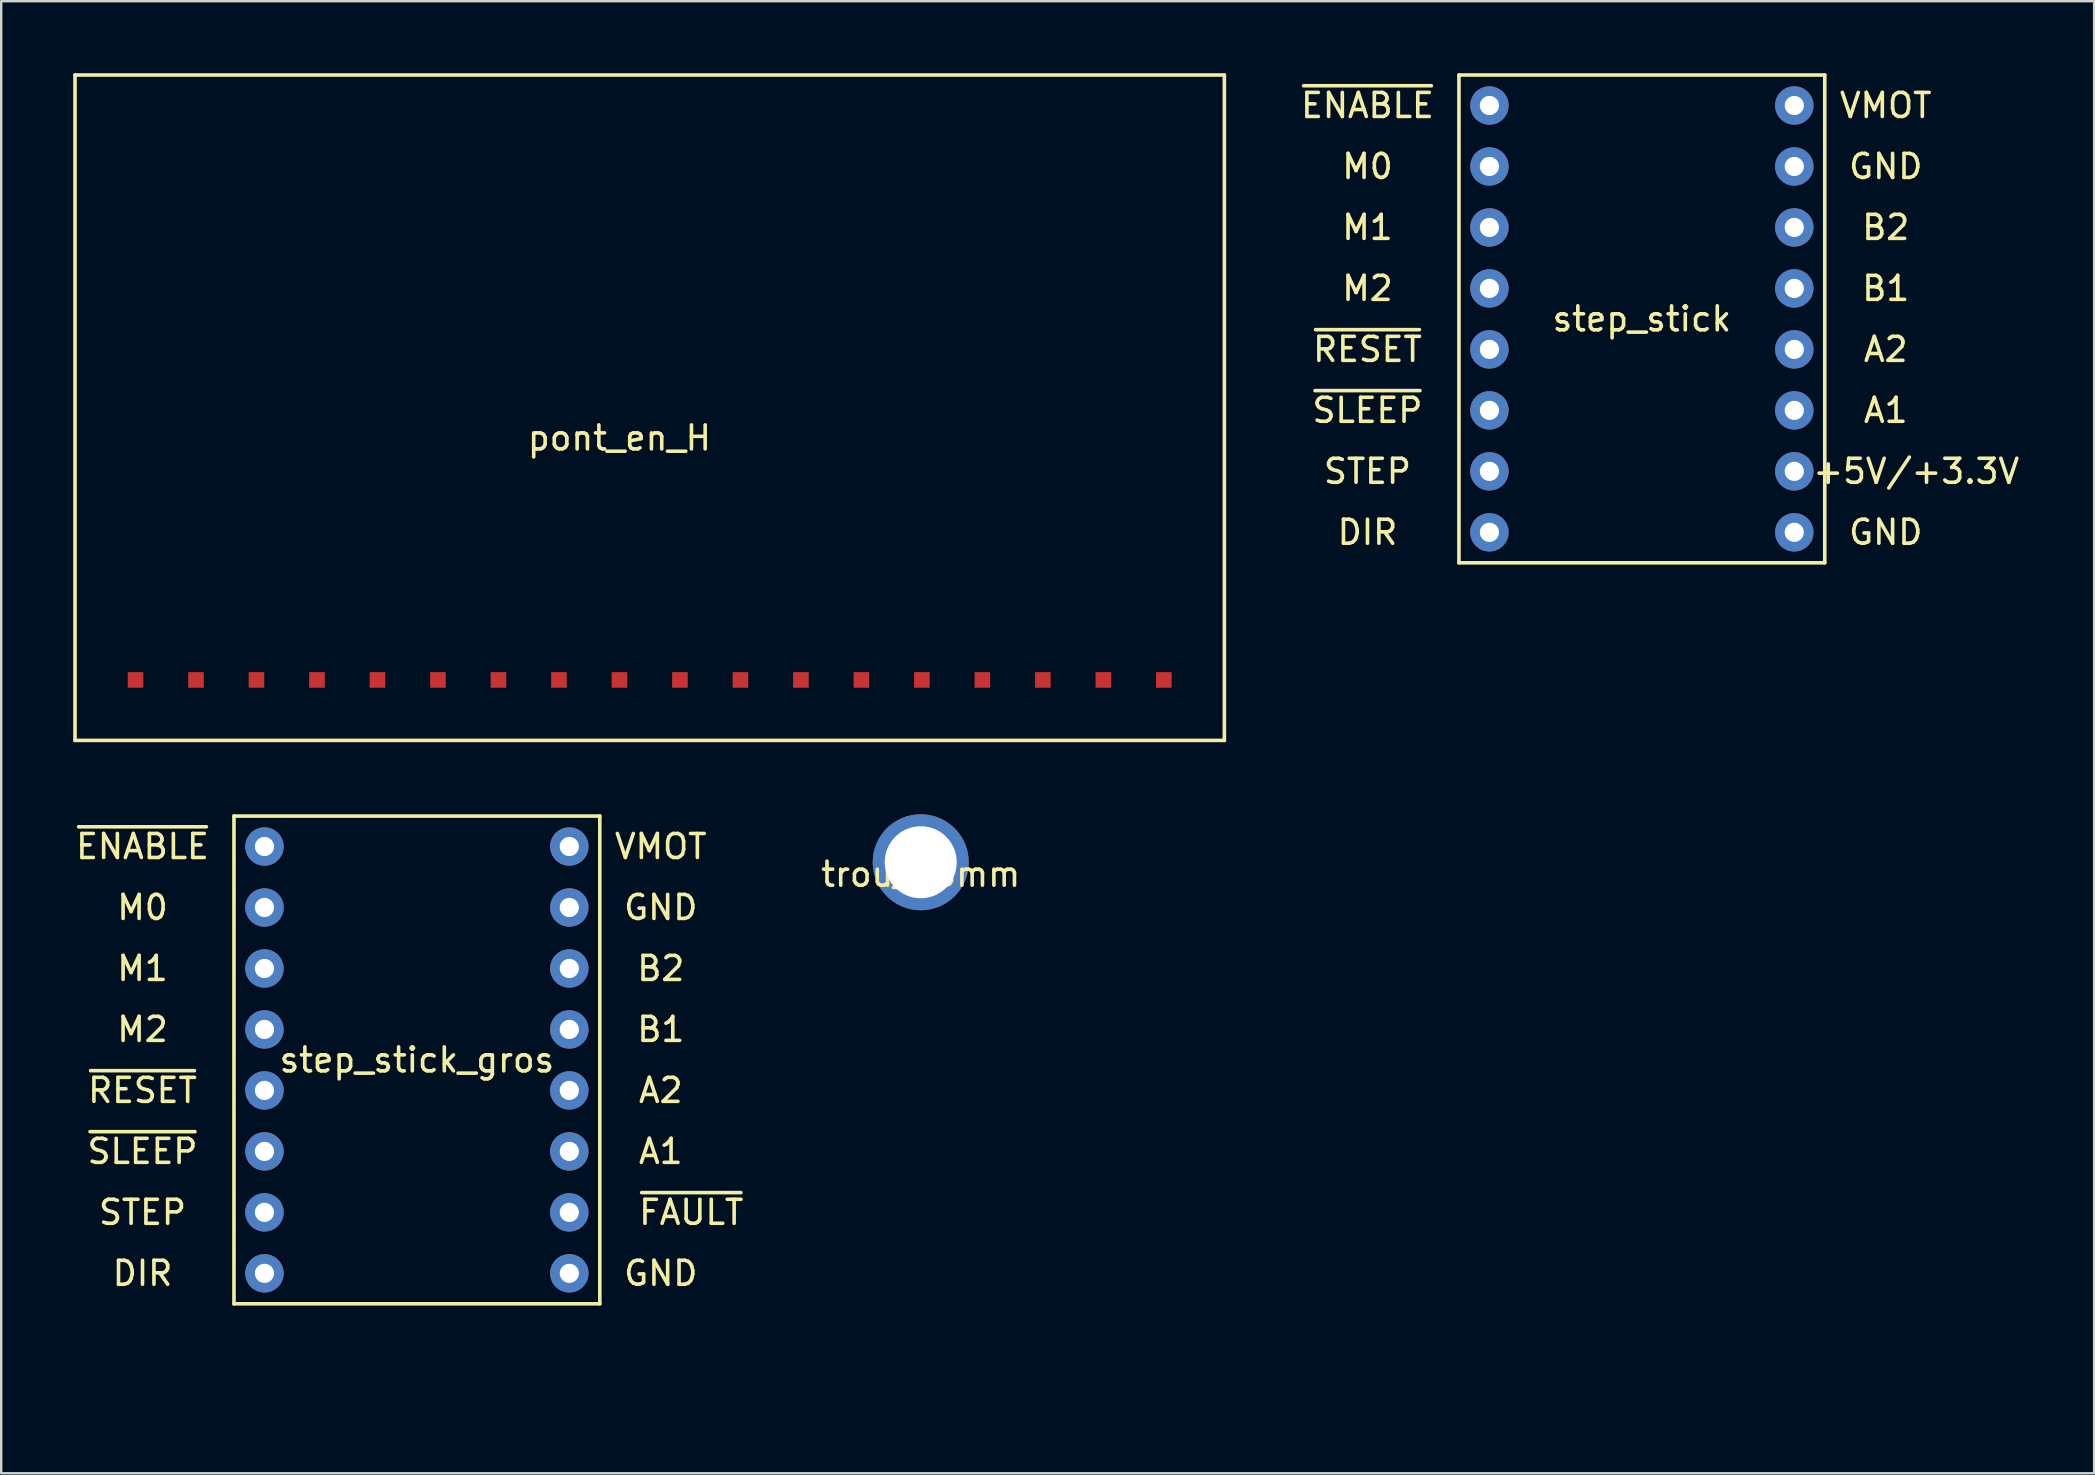
<source format=kicad_pcb>
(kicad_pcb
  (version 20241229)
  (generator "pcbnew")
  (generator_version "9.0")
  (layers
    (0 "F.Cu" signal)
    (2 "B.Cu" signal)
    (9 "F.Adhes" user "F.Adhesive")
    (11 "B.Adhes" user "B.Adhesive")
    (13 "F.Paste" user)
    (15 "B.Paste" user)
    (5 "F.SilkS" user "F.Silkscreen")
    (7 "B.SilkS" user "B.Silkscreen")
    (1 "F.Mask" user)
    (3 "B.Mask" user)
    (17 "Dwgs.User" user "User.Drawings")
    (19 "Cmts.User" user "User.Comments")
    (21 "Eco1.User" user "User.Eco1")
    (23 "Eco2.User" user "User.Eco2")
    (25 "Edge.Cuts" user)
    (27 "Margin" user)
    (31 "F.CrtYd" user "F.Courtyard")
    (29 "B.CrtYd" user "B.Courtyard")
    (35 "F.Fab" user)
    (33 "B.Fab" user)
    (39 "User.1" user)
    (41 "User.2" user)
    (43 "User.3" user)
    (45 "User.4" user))
  (footprint "pont_en_H"
    (layer "F.Cu")
    (at 22.755 12.675)
    (property "Reference" "pont_en_H" (at 0 2.52 0) (layer "F.SilkS") (effects (font (size 1 1) (thickness 0.15))))
    (attr through_hole)
    (fp_line (start -22.68 -12.6) (end -22.68 15.12) (stroke (width 0.15) (type solid)) (layer "F.SilkS"))
    (fp_line (start -22.68 15.12) (end 25.2 15.12) (stroke (width 0.15) (type solid)) (layer "F.SilkS"))
    (fp_line (start 25.2 -12.6) (end -22.68 -12.6) (stroke (width 0.15) (type solid)) (layer "F.SilkS"))
    (fp_line (start 25.2 15.12) (end 25.2 -12.6) (stroke (width 0.15) (type solid)) (layer "F.SilkS"))
    (pad "19" connect rect (at -20.16 12.6) (size 0.65 0.65) (layers "F.Cu" "F.Mask"))
    (pad "20" connect rect (at -17.64 12.6) (size 0.65 0.65) (layers "F.Cu" "F.Mask"))
    (pad "21" connect rect (at -15.12 12.6) (size 0.65 0.65) (layers "F.Cu" "F.Mask"))
    (pad "22" connect rect (at -12.6 12.6) (size 0.65 0.65) (layers "F.Cu" "F.Mask"))
    (pad "23" connect rect (at -10.08 12.6) (size 0.65 0.65) (layers "F.Cu" "F.Mask"))
    (pad "24" connect rect (at -7.56 12.6) (size 0.65 0.65) (layers "F.Cu" "F.Mask"))
    (pad "25" connect rect (at -5.04 12.6) (size 0.65 0.65) (layers "F.Cu" "F.Mask"))
    (pad "26" connect rect (at -2.52 12.6) (size 0.65 0.65) (layers "F.Cu" "F.Mask"))
    (pad "27" connect rect (at 0 12.6) (size 0.65 0.65) (layers "F.Cu" "F.Mask"))
    (pad "28" connect rect (at 2.52 12.6) (size 0.65 0.65) (layers "F.Cu" "F.Mask"))
    (pad "29" connect rect (at 5.04 12.6) (size 0.65 0.65) (layers "F.Cu" "F.Mask"))
    (pad "30" connect rect (at 7.56 12.6) (size 0.65 0.65) (layers "F.Cu" "F.Mask"))
    (pad "31" connect rect (at 10.08 12.6) (size 0.65 0.65) (layers "F.Cu" "F.Mask"))
    (pad "32" connect rect (at 12.6 12.6) (size 0.65 0.65) (layers "F.Cu" "F.Mask"))
    (pad "33" connect rect (at 15.12 12.6) (size 0.65 0.65) (layers "F.Cu" "F.Mask"))
    (pad "34" connect rect (at 17.64 12.6) (size 0.65 0.65) (layers "F.Cu" "F.Mask"))
    (pad "35" connect rect (at 20.16 12.6) (size 0.65 0.65) (layers "F.Cu" "F.Mask"))
    (pad "36" connect rect (at 22.68 12.6) (size 0.65 0.65) (layers "F.Cu" "F.Mask")))
  (footprint "step_stick"
    (layer "F.Cu")
    (at 57.727 24.205)
    (property "Reference" "step_stick" (at 7.62 -13.97 0) (layer "F.SilkS") (effects (font (size 1 1) (thickness 0.15))))
    (attr through_hole)
    (fp_line (start 0 -24.13) (end 15.24 -24.13) (stroke (width 0.15) (type solid)) (layer "F.SilkS"))
    (fp_line (start 0 -3.81) (end 0 -24.13) (stroke (width 0.15) (type solid)) (layer "F.SilkS"))
    (fp_line (start 15.24 -24.13) (end 15.24 -3.81) (stroke (width 0.15) (type solid)) (layer "F.SilkS"))
    (fp_line (start 15.24 -3.81) (end 0 -3.81) (stroke (width 0.15) (type solid)) (layer "F.SilkS"))
    (fp_text user "M1" (at -3.81 -17.78 0) (layer "F.SilkS") (effects (font (size 1 1) (thickness 0.15))))
    (fp_text user "GND" (at 17.78 -20.32 0) (layer "F.SilkS") (effects (font (size 1 1) (thickness 0.15))))
    (fp_text user "STEP" (at -3.81 -7.62 0) (layer "F.SilkS") (effects (font (size 1 1) (thickness 0.15))))
    (fp_text user "GND" (at 17.78 -5.08 0) (layer "F.SilkS") (effects (font (size 1 1) (thickness 0.15))))
    (fp_text user "~{RESET}" (at -3.81 -12.7 0) (layer "F.SilkS") (effects (font (size 1 1) (thickness 0.15))))
    (fp_text user "VMOT" (at 17.78 -22.86 0) (layer "F.SilkS") (effects (font (size 1 1) (thickness 0.15))))
    (fp_text user "M0" (at -3.81 -20.32 0) (layer "F.SilkS") (effects (font (size 1 1) (thickness 0.15))))
    (fp_text user "A2" (at 17.78 -12.7 0) (layer "F.SilkS") (effects (font (size 1 1) (thickness 0.15))))
    (fp_text user "B2" (at 17.78 -17.78 0) (layer "F.SilkS") (effects (font (size 1 1) (thickness 0.15))))
    (fp_text user "M2" (at -3.81 -15.24 0) (layer "F.SilkS") (effects (font (size 1 1) (thickness 0.15))))
    (fp_text user "~{SLEEP}" (at -3.81 -10.16 0) (layer "F.SilkS") (effects (font (size 1 1) (thickness 0.15))))
    (fp_text user "A1" (at 17.78 -10.16 0) (layer "F.SilkS") (effects (font (size 1 1) (thickness 0.15))))
    (fp_text user "+5V/+3.3V" (at 19.05 -7.62 0) (layer "F.SilkS") (effects (font (size 1 1) (thickness 0.15))))
    (fp_text user "DIR" (at -3.81 -5.08 0) (layer "F.SilkS") (effects (font (size 1 1) (thickness 0.15))))
    (fp_text user "~{ENABLE}" (at -3.81 -22.86 0) (layer "F.SilkS") (effects (font (size 1 1) (thickness 0.15))))
    (fp_text user "B1" (at 17.78 -15.24 0) (layer "F.SilkS") (effects (font (size 1 1) (thickness 0.15))))
    (pad "1" thru_hole circle (at 1.27 -5.08) (size 1.6 1.6) (drill 0.8) (layers "*.Cu" "*.Mask"))
    (pad "2" thru_hole circle (at 1.27 -7.62) (size 1.6 1.6) (drill 0.8) (layers "*.Cu" "*.Mask"))
    (pad "3" thru_hole circle (at 1.27 -10.16) (size 1.6 1.6) (drill 0.8) (layers "*.Cu" "*.Mask"))
    (pad "4" thru_hole circle (at 1.27 -12.7) (size 1.6 1.6) (drill 0.8) (layers "*.Cu" "*.Mask"))
    (pad "5" thru_hole circle (at 1.27 -15.24) (size 1.6 1.6) (drill 0.8) (layers "*.Cu" "*.Mask"))
    (pad "6" thru_hole circle (at 1.27 -17.78) (size 1.6 1.6) (drill 0.8) (layers "*.Cu" "*.Mask"))
    (pad "7" thru_hole circle (at 1.27 -20.32) (size 1.6 1.6) (drill 0.8) (layers "*.Cu" "*.Mask"))
    (pad "8" thru_hole circle (at 1.27 -22.86) (size 1.6 1.6) (drill 0.8) (layers "*.Cu" "*.Mask"))
    (pad "9" thru_hole circle (at 13.97 -5.08) (size 1.6 1.6) (drill 0.8) (layers "*.Cu" "*.Mask"))
    (pad "10" thru_hole circle (at 13.97 -7.62) (size 1.6 1.6) (drill 0.8) (layers "*.Cu" "*.Mask"))
    (pad "11" thru_hole circle (at 13.97 -10.16) (size 1.6 1.6) (drill 0.8) (layers "*.Cu" "*.Mask"))
    (pad "12" thru_hole circle (at 13.97 -12.7) (size 1.6 1.6) (drill 0.8) (layers "*.Cu" "*.Mask"))
    (pad "13" thru_hole circle (at 13.97 -15.24) (size 1.6 1.6) (drill 0.8) (layers "*.Cu" "*.Mask"))
    (pad "14" thru_hole circle (at 13.97 -17.78) (size 1.6 1.6) (drill 0.8) (layers "*.Cu" "*.Mask"))
    (pad "15" thru_hole circle (at 13.97 -20.32) (size 1.6 1.6) (drill 0.8) (layers "*.Cu" "*.Mask"))
    (pad "16" thru_hole circle (at 13.97 -22.86) (size 1.6 1.6) (drill 0.8) (layers "*.Cu" "*.Mask")))
  (footprint "trou_d3mm"
    (layer "F.Cu")
    (at 35.306 32.87)
    (property "Reference" "trou_d3mm" (at 0 0.5 0) (layer "F.SilkS") (effects (font (size 1 1) (thickness 0.15))))
    (attr through_hole)
    (pad "1" thru_hole circle (at 0 0) (size 4 4) (drill 3) (layers "*.Cu" "*.Mask")))
  (footprint "step_stick_gros"
    (layer "F.Cu")
    (at 6.697 55.075)
    (property "Reference" "step_stick_gros" (at 7.62 -13.97 0) (layer "F.SilkS") (effects (font (size 1 1) (thickness 0.15))))
    (attr through_hole)
    (fp_line (start 0 -24.13) (end 15.24 -24.13) (stroke (width 0.15) (type solid)) (layer "F.SilkS"))
    (fp_line (start 0 -3.81) (end 0 -24.13) (stroke (width 0.15) (type solid)) (layer "F.SilkS"))
    (fp_line (start 15.24 -24.13) (end 15.24 -3.81) (stroke (width 0.15) (type solid)) (layer "F.SilkS"))
    (fp_line (start 15.24 -3.81) (end 0 -3.81) (stroke (width 0.15) (type solid)) (layer "F.SilkS"))
    (fp_text user "~{SLEEP}" (at -3.81 -10.16 0) (layer "F.SilkS") (effects (font (size 1 1) (thickness 0.15))))
    (fp_text user "B2" (at 17.78 -17.78 0) (layer "F.SilkS") (effects (font (size 1 1) (thickness 0.15))))
    (fp_text user "DIR" (at -3.81 -5.08 0) (layer "F.SilkS") (effects (font (size 1 1) (thickness 0.15))))
    (fp_text user "B1" (at 17.78 -15.24 0) (layer "F.SilkS") (effects (font (size 1 1) (thickness 0.15))))
    (fp_text user "STEP" (at -3.81 -7.62 0) (layer "F.SilkS") (effects (font (size 1 1) (thickness 0.15))))
    (fp_text user "~{ENABLE}" (at -3.81 -22.86 0) (layer "F.SilkS") (effects (font (size 1 1) (thickness 0.15))))
    (fp_text user "M2" (at -3.81 -15.24 0) (layer "F.SilkS") (effects (font (size 1 1) (thickness 0.15))))
    (fp_text user "GND" (at 17.78 -20.32 0) (layer "F.SilkS") (effects (font (size 1 1) (thickness 0.15))))
    (fp_text user "~{RESET}" (at -3.81 -12.7 0) (layer "F.SilkS") (effects (font (size 1 1) (thickness 0.15))))
    (fp_text user "GND" (at 17.78 -5.08 0) (layer "F.SilkS") (effects (font (size 1 1) (thickness 0.15))))
    (fp_text user "A2" (at 17.78 -12.7 0) (layer "F.SilkS") (effects (font (size 1 1) (thickness 0.15))))
    (fp_text user "M1" (at -3.81 -17.78 0) (layer "F.SilkS") (effects (font (size 1 1) (thickness 0.15))))
    (fp_text user "VMOT" (at 17.78 -22.86 0) (layer "F.SilkS") (effects (font (size 1 1) (thickness 0.15))))
    (fp_text user "~{FAULT}" (at 19.05 -7.62 0) (layer "F.SilkS") (effects (font (size 1 1) (thickness 0.15))))
    (fp_text user "A1" (at 17.78 -10.16 0) (layer "F.SilkS") (effects (font (size 1 1) (thickness 0.15))))
    (fp_text user "M0" (at -3.81 -20.32 0) (layer "F.SilkS") (effects (font (size 1 1) (thickness 0.15))))
    (pad "1" thru_hole circle (at 1.27 -5.08) (size 1.6 1.6) (drill 0.8) (layers "*.Cu" "*.Mask"))
    (pad "2" thru_hole circle (at 1.27 -7.62) (size 1.6 1.6) (drill 0.8) (layers "*.Cu" "*.Mask"))
    (pad "3" thru_hole circle (at 1.27 -10.16) (size 1.6 1.6) (drill 0.8) (layers "*.Cu" "*.Mask"))
    (pad "4" thru_hole circle (at 1.27 -12.7) (size 1.6 1.6) (drill 0.8) (layers "*.Cu" "*.Mask"))
    (pad "5" thru_hole circle (at 1.27 -15.24) (size 1.6 1.6) (drill 0.8) (layers "*.Cu" "*.Mask"))
    (pad "6" thru_hole circle (at 1.27 -17.78) (size 1.6 1.6) (drill 0.8) (layers "*.Cu" "*.Mask"))
    (pad "7" thru_hole circle (at 1.27 -20.32) (size 1.6 1.6) (drill 0.8) (layers "*.Cu" "*.Mask"))
    (pad "8" thru_hole circle (at 1.27 -22.86) (size 1.6 1.6) (drill 0.8) (layers "*.Cu" "*.Mask"))
    (pad "9" thru_hole circle (at 13.97 -5.08) (size 1.6 1.6) (drill 0.8) (layers "*.Cu" "*.Mask"))
    (pad "10" thru_hole circle (at 13.97 -7.62) (size 1.6 1.6) (drill 0.8) (layers "*.Cu" "*.Mask"))
    (pad "11" thru_hole circle (at 13.97 -10.16) (size 1.6 1.6) (drill 0.8) (layers "*.Cu" "*.Mask"))
    (pad "12" thru_hole circle (at 13.97 -12.7) (size 1.6 1.6) (drill 0.8) (layers "*.Cu" "*.Mask"))
    (pad "13" thru_hole circle (at 13.97 -15.24) (size 1.6 1.6) (drill 0.8) (layers "*.Cu" "*.Mask"))
    (pad "14" thru_hole circle (at 13.97 -17.78) (size 1.6 1.6) (drill 0.8) (layers "*.Cu" "*.Mask"))
    (pad "15" thru_hole circle (at 13.97 -20.32) (size 1.6 1.6) (drill 0.8) (layers "*.Cu" "*.Mask"))
    (pad "16" thru_hole circle (at 13.97 -22.86) (size 1.6 1.6) (drill 0.8) (layers "*.Cu" "*.Mask")))
  (gr_rect
    (start -3 -3)
    (end 84.188 58.325)
    (stroke (width 0.1) (type default))
    (fill no)
    (layer "Edge.Cuts")))
</source>
